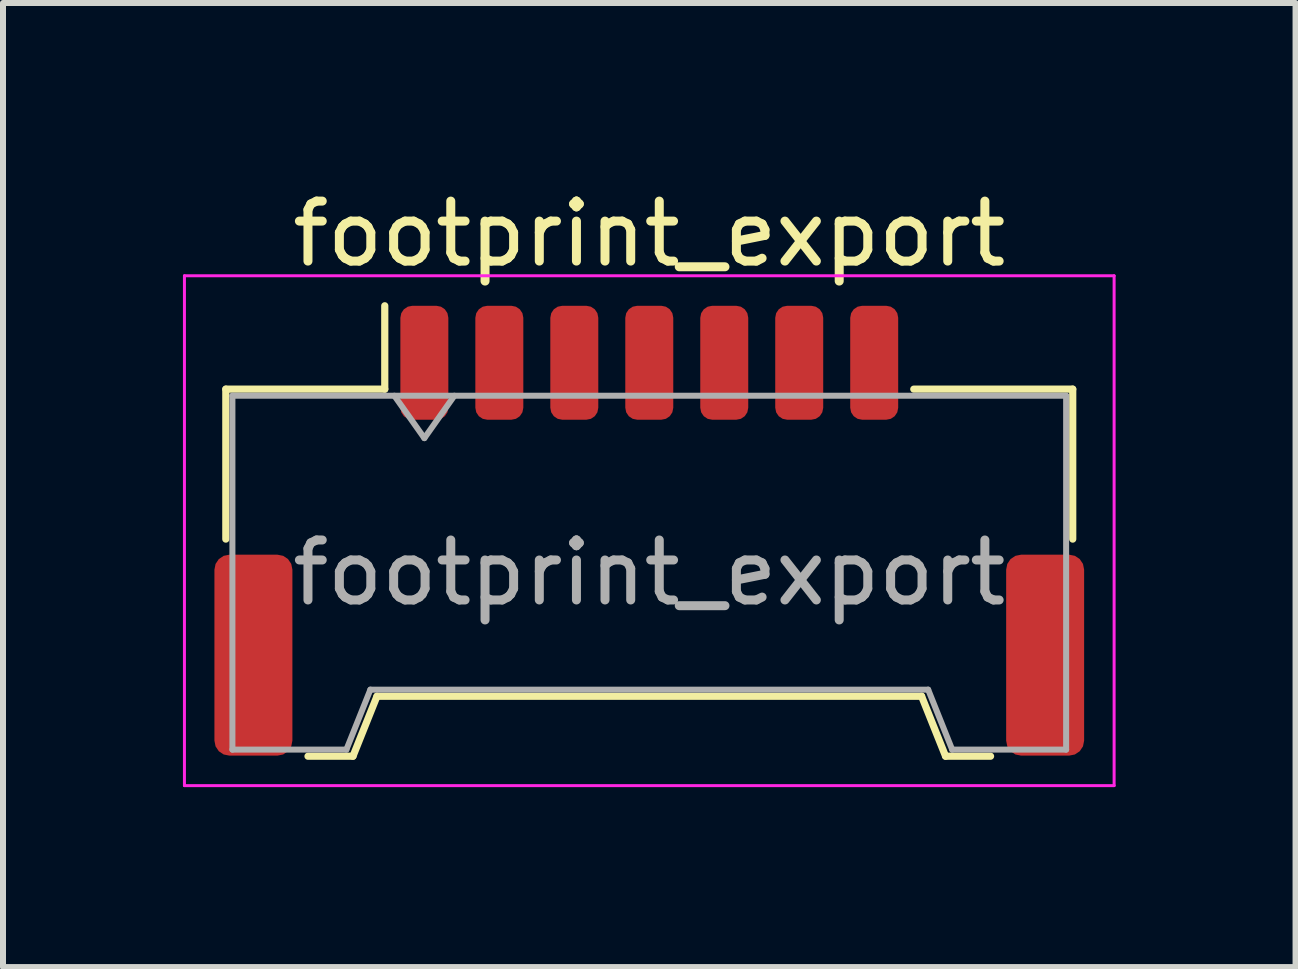
<source format=kicad_pcb>
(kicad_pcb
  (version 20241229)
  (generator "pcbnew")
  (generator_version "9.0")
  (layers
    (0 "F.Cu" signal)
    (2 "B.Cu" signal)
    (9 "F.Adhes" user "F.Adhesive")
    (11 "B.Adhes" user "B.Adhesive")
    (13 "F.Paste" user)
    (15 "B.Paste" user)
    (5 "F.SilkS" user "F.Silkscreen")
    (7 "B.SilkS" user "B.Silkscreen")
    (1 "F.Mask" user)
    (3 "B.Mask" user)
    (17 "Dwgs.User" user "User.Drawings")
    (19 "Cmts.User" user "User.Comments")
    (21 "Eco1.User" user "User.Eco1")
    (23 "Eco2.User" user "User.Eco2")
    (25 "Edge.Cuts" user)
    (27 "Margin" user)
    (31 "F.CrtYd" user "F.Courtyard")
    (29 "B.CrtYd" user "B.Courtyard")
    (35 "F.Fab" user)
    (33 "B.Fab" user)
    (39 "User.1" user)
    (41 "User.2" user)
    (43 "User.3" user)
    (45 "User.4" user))
  (footprint "footprint_export"
    (layer "F.Cu")
    (at 7.775 5.798)
    (property "Reference" "footprint_export" (at 0 -4.95 0) (layer "F.SilkS") (effects (font (size 1 1) (thickness 0.15))))
    (attr smd)
    (fp_line (start -7.06 -2.36) (end -4.41 -2.36) (stroke (width 0.12) (type solid)) (layer "F.SilkS"))
    (fp_line (start -7.06 0.14) (end -7.06 -2.36) (stroke (width 0.12) (type solid)) (layer "F.SilkS"))
    (fp_line (start -5.69 3.76) (end -4.94 3.76) (stroke (width 0.12) (type solid)) (layer "F.SilkS"))
    (fp_line (start -4.94 3.76) (end -4.54 2.76) (stroke (width 0.12) (type solid)) (layer "F.SilkS"))
    (fp_line (start -4.54 2.76) (end 4.54 2.76) (stroke (width 0.12) (type solid)) (layer "F.SilkS"))
    (fp_line (start -4.41 -2.36) (end -4.41 -3.75) (stroke (width 0.12) (type solid)) (layer "F.SilkS"))
    (fp_line (start 4.54 2.76) (end 4.94 3.76) (stroke (width 0.12) (type solid)) (layer "F.SilkS"))
    (fp_line (start 4.94 3.76) (end 5.69 3.76) (stroke (width 0.12) (type solid)) (layer "F.SilkS"))
    (fp_line (start 7.06 -2.36) (end 4.41 -2.36) (stroke (width 0.12) (type solid)) (layer "F.SilkS"))
    (fp_line (start 7.06 0.14) (end 7.06 -2.36) (stroke (width 0.12) (type solid)) (layer "F.SilkS"))
    (fp_line (start -7.75 -4.25) (end -7.75 4.25) (stroke (width 0.05) (type solid)) (layer "F.CrtYd"))
    (fp_line (start -7.75 4.25) (end 7.75 4.25) (stroke (width 0.05) (type solid)) (layer "F.CrtYd"))
    (fp_line (start 7.75 -4.25) (end -7.75 -4.25) (stroke (width 0.05) (type solid)) (layer "F.CrtYd"))
    (fp_line (start 7.75 4.25) (end 7.75 -4.25) (stroke (width 0.05) (type solid)) (layer "F.CrtYd"))
    (fp_line (start -6.95 -2.25) (end -6.95 3.65) (stroke (width 0.1) (type solid)) (layer "F.Fab"))
    (fp_line (start -6.95 -2.25) (end 6.95 -2.25) (stroke (width 0.1) (type solid)) (layer "F.Fab"))
    (fp_line (start -6.95 3.65) (end -5.05 3.65) (stroke (width 0.1) (type solid)) (layer "F.Fab"))
    (fp_line (start -5.05 3.65) (end -4.65 2.65) (stroke (width 0.1) (type solid)) (layer "F.Fab"))
    (fp_line (start -4.65 2.65) (end 4.65 2.65) (stroke (width 0.1) (type solid)) (layer "F.Fab"))
    (fp_line (start -4.25 -2.25) (end -3.75 -1.543) (stroke (width 0.1) (type solid)) (layer "F.Fab"))
    (fp_line (start -3.75 -1.543) (end -3.25 -2.25) (stroke (width 0.1) (type solid)) (layer "F.Fab"))
    (fp_line (start 4.65 2.65) (end 5.05 3.65) (stroke (width 0.1) (type solid)) (layer "F.Fab"))
    (fp_line (start 5.05 3.65) (end 6.95 3.65) (stroke (width 0.1) (type solid)) (layer "F.Fab"))
    (fp_line (start 6.95 -2.25) (end 6.95 3.65) (stroke (width 0.1) (type solid)) (layer "F.Fab"))
    (fp_text user "${REFERENCE}" (at 0 0.7 0) (layer "F.Fab") (effects (font (size 1 1) (thickness 0.15))))
    (pad "1" smd roundrect (at -3.75 -2.8) (size 0.8 1.9) (layers "F.Cu" "F.Mask" "F.Paste") (roundrect_rratio 0.25))
    (pad "2" smd roundrect (at -2.5 -2.8) (size 0.8 1.9) (layers "F.Cu" "F.Mask" "F.Paste") (roundrect_rratio 0.25))
    (pad "3" smd roundrect (at -1.25 -2.8) (size 0.8 1.9) (layers "F.Cu" "F.Mask" "F.Paste") (roundrect_rratio 0.25))
    (pad "4" smd roundrect (at 0 -2.8) (size 0.8 1.9) (layers "F.Cu" "F.Mask" "F.Paste") (roundrect_rratio 0.25))
    (pad "5" smd roundrect (at 1.25 -2.8) (size 0.8 1.9) (layers "F.Cu" "F.Mask" "F.Paste") (roundrect_rratio 0.25))
    (pad "6" smd roundrect (at 2.5 -2.8) (size 0.8 1.9) (layers "F.Cu" "F.Mask" "F.Paste") (roundrect_rratio 0.25))
    (pad "7" smd roundrect (at 3.75 -2.8) (size 0.8 1.9) (layers "F.Cu" "F.Mask" "F.Paste") (roundrect_rratio 0.25))
    (pad "MP" smd roundrect (at -6.6 2.075) (size 1.3 3.35) (layers "F.Cu" "F.Mask" "F.Paste") (roundrect_rratio 0.192))
    (pad "MP" smd roundrect (at 6.6 2.075) (size 1.3 3.35) (layers "F.Cu" "F.Mask" "F.Paste") (roundrect_rratio 0.192)))
  (gr_rect
    (start -3 -3)
    (end 18.55 13.073)
    (stroke (width 0.1) (type default))
    (fill no)
    (layer "Edge.Cuts")))
</source>
